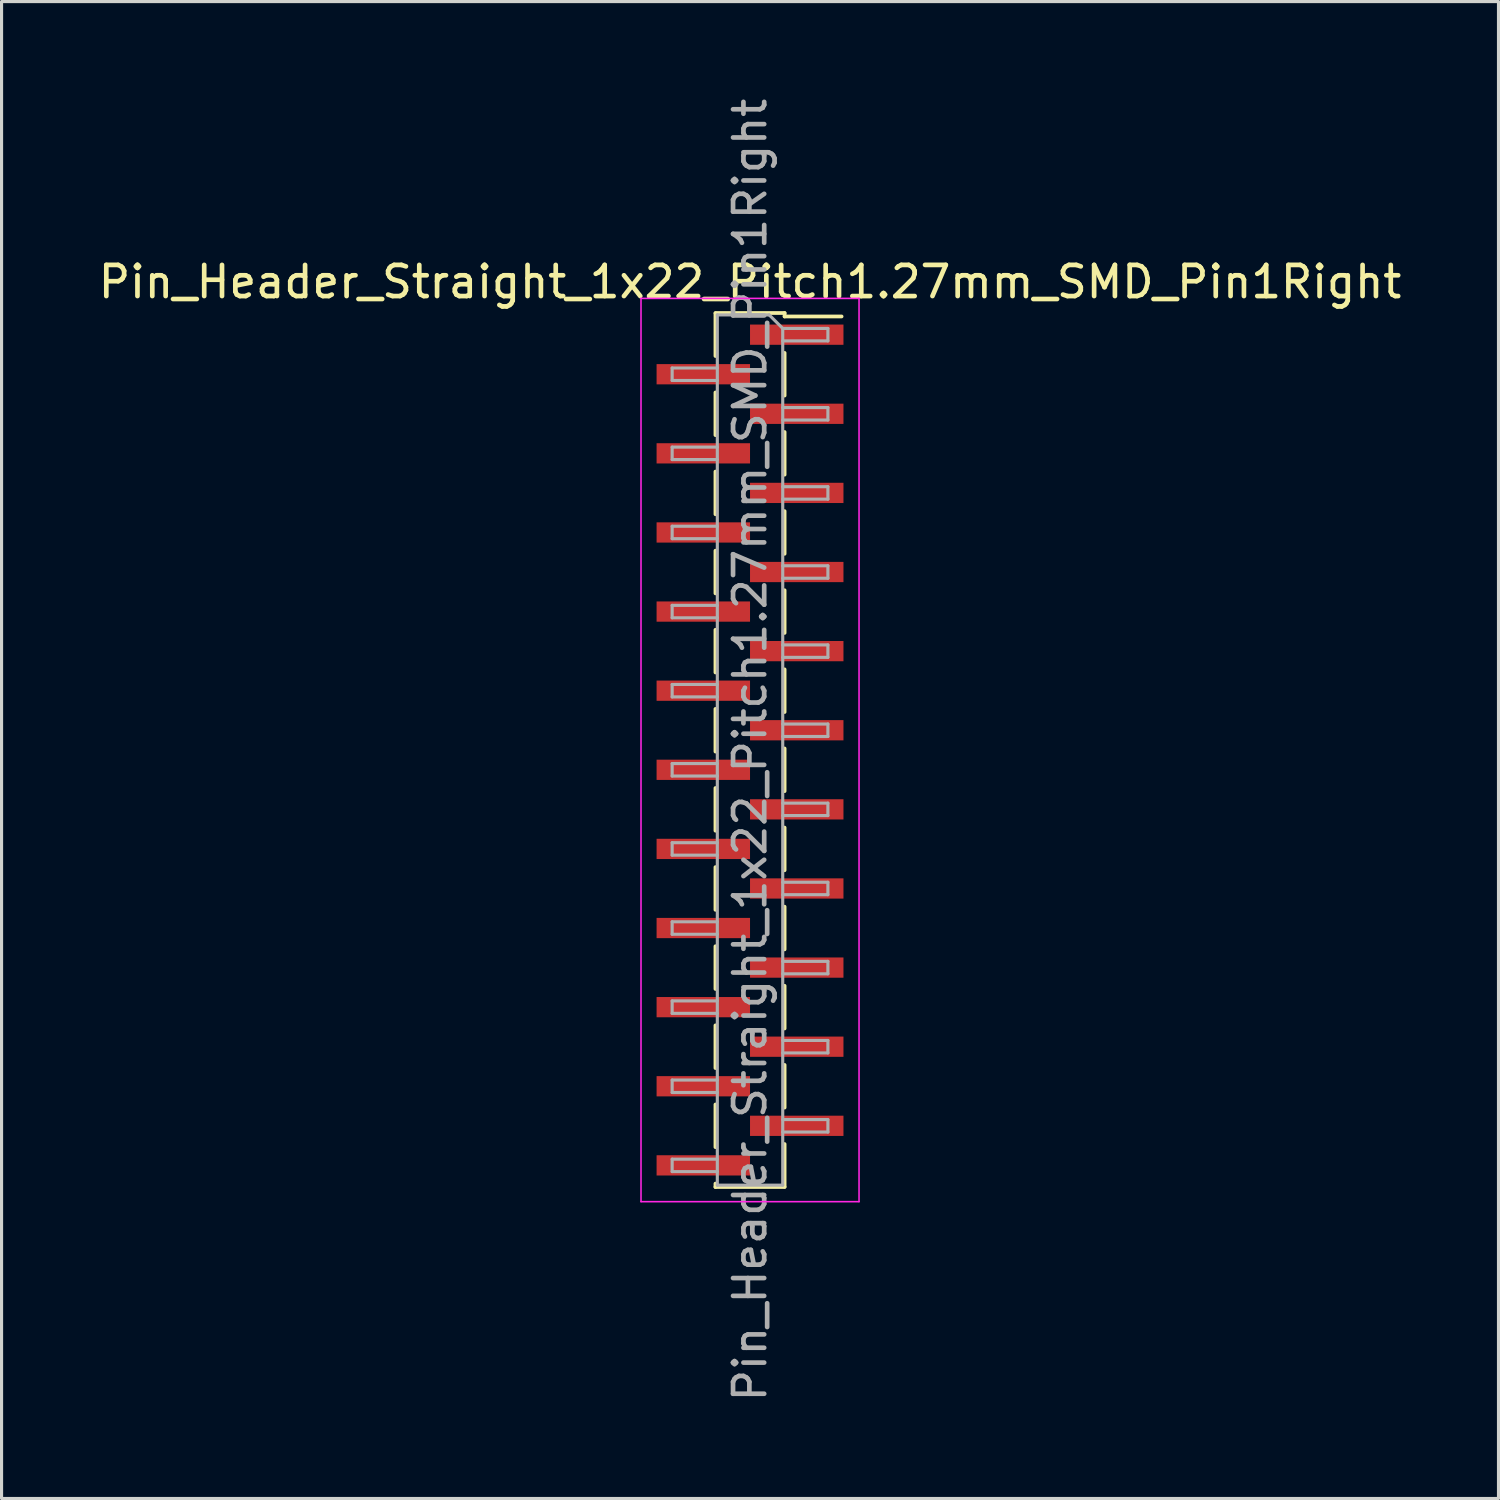
<source format=kicad_pcb>
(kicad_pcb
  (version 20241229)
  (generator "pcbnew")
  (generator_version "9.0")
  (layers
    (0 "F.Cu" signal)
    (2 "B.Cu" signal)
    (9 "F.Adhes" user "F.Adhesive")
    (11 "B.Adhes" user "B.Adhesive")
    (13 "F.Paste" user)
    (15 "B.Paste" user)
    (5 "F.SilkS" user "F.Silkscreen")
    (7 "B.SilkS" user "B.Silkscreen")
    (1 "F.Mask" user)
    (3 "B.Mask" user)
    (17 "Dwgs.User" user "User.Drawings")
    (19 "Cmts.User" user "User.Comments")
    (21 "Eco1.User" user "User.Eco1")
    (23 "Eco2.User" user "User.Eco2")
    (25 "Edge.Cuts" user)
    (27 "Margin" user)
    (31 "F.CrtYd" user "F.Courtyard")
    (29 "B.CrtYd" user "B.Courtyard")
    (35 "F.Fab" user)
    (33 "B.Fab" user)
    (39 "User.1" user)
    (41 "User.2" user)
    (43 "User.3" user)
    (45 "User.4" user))
  (footprint "Pin_Header_Straight_1x22_Pitch1.27mm_SMD_Pin1Right"
    (layer "F.Cu")
    (at 21.03 21.03)
    (property "Reference" "Pin_Header_Straight_1x22_Pitch1.27mm_SMD_Pin1Right" (at 0 -15.03 0) (layer "F.SilkS") (effects (font (size 1 1) (thickness 0.15))))
    (attr smd)
    (fp_line (start -1.11 -14.03) (end 1.11 -14.03) (stroke (width 0.12) (type solid)) (layer "F.SilkS"))
    (fp_line (start -1.11 -14.02) (end -1.11 -12.65) (stroke (width 0.12) (type solid)) (layer "F.SilkS"))
    (fp_line (start -1.11 -11.48) (end -1.11 -10.11) (stroke (width 0.12) (type solid)) (layer "F.SilkS"))
    (fp_line (start -1.11 -8.94) (end -1.11 -7.57) (stroke (width 0.12) (type solid)) (layer "F.SilkS"))
    (fp_line (start -1.11 -6.4) (end -1.11 -5.03) (stroke (width 0.12) (type solid)) (layer "F.SilkS"))
    (fp_line (start -1.11 -3.86) (end -1.11 -2.49) (stroke (width 0.12) (type solid)) (layer "F.SilkS"))
    (fp_line (start -1.11 -1.32) (end -1.11 0.05) (stroke (width 0.12) (type solid)) (layer "F.SilkS"))
    (fp_line (start -1.11 1.22) (end -1.11 2.59) (stroke (width 0.12) (type solid)) (layer "F.SilkS"))
    (fp_line (start -1.11 3.76) (end -1.11 5.13) (stroke (width 0.12) (type solid)) (layer "F.SilkS"))
    (fp_line (start -1.11 6.3) (end -1.11 7.67) (stroke (width 0.12) (type solid)) (layer "F.SilkS"))
    (fp_line (start -1.11 8.84) (end -1.11 10.21) (stroke (width 0.12) (type solid)) (layer "F.SilkS"))
    (fp_line (start -1.11 11.38) (end -1.11 12.75) (stroke (width 0.12) (type solid)) (layer "F.SilkS"))
    (fp_line (start -1.11 13.92) (end -1.11 14.03) (stroke (width 0.12) (type solid)) (layer "F.SilkS"))
    (fp_line (start -1.11 14.03) (end 1.11 14.03) (stroke (width 0.12) (type solid)) (layer "F.SilkS"))
    (fp_line (start 1.11 -14.03) (end 1.11 -13.92) (stroke (width 0.12) (type solid)) (layer "F.SilkS"))
    (fp_line (start 1.11 -13.92) (end 2.94 -13.92) (stroke (width 0.12) (type solid)) (layer "F.SilkS"))
    (fp_line (start 1.11 -12.75) (end 1.11 -11.38) (stroke (width 0.12) (type solid)) (layer "F.SilkS"))
    (fp_line (start 1.11 -10.21) (end 1.11 -8.84) (stroke (width 0.12) (type solid)) (layer "F.SilkS"))
    (fp_line (start 1.11 -7.67) (end 1.11 -6.3) (stroke (width 0.12) (type solid)) (layer "F.SilkS"))
    (fp_line (start 1.11 -5.13) (end 1.11 -3.76) (stroke (width 0.12) (type solid)) (layer "F.SilkS"))
    (fp_line (start 1.11 -2.59) (end 1.11 -1.22) (stroke (width 0.12) (type solid)) (layer "F.SilkS"))
    (fp_line (start 1.11 -0.05) (end 1.11 1.32) (stroke (width 0.12) (type solid)) (layer "F.SilkS"))
    (fp_line (start 1.11 2.49) (end 1.11 3.86) (stroke (width 0.12) (type solid)) (layer "F.SilkS"))
    (fp_line (start 1.11 5.03) (end 1.11 6.4) (stroke (width 0.12) (type solid)) (layer "F.SilkS"))
    (fp_line (start 1.11 7.57) (end 1.11 8.94) (stroke (width 0.12) (type solid)) (layer "F.SilkS"))
    (fp_line (start 1.11 10.11) (end 1.11 11.48) (stroke (width 0.12) (type solid)) (layer "F.SilkS"))
    (fp_line (start 1.11 12.65) (end 1.11 14.02) (stroke (width 0.12) (type solid)) (layer "F.SilkS"))
    (fp_line (start -3.5 -14.5) (end -3.5 14.5) (stroke (width 0.05) (type solid)) (layer "F.CrtYd"))
    (fp_line (start -3.5 14.5) (end 3.5 14.5) (stroke (width 0.05) (type solid)) (layer "F.CrtYd"))
    (fp_line (start 3.5 -14.5) (end -3.5 -14.5) (stroke (width 0.05) (type solid)) (layer "F.CrtYd"))
    (fp_line (start 3.5 14.5) (end 3.5 -14.5) (stroke (width 0.05) (type solid)) (layer "F.CrtYd"))
    (fp_line (start -2.5 -12.265) (end -2.5 -11.865) (stroke (width 0.1) (type solid)) (layer "F.Fab"))
    (fp_line (start -2.5 -11.865) (end -1.05 -11.865) (stroke (width 0.1) (type solid)) (layer "F.Fab"))
    (fp_line (start -2.5 -9.725) (end -2.5 -9.325) (stroke (width 0.1) (type solid)) (layer "F.Fab"))
    (fp_line (start -2.5 -9.325) (end -1.05 -9.325) (stroke (width 0.1) (type solid)) (layer "F.Fab"))
    (fp_line (start -2.5 -7.185) (end -2.5 -6.785) (stroke (width 0.1) (type solid)) (layer "F.Fab"))
    (fp_line (start -2.5 -6.785) (end -1.05 -6.785) (stroke (width 0.1) (type solid)) (layer "F.Fab"))
    (fp_line (start -2.5 -4.645) (end -2.5 -4.245) (stroke (width 0.1) (type solid)) (layer "F.Fab"))
    (fp_line (start -2.5 -4.245) (end -1.05 -4.245) (stroke (width 0.1) (type solid)) (layer "F.Fab"))
    (fp_line (start -2.5 -2.105) (end -2.5 -1.705) (stroke (width 0.1) (type solid)) (layer "F.Fab"))
    (fp_line (start -2.5 -1.705) (end -1.05 -1.705) (stroke (width 0.1) (type solid)) (layer "F.Fab"))
    (fp_line (start -2.5 0.435) (end -2.5 0.835) (stroke (width 0.1) (type solid)) (layer "F.Fab"))
    (fp_line (start -2.5 0.835) (end -1.05 0.835) (stroke (width 0.1) (type solid)) (layer "F.Fab"))
    (fp_line (start -2.5 2.975) (end -2.5 3.375) (stroke (width 0.1) (type solid)) (layer "F.Fab"))
    (fp_line (start -2.5 3.375) (end -1.05 3.375) (stroke (width 0.1) (type solid)) (layer "F.Fab"))
    (fp_line (start -2.5 5.515) (end -2.5 5.915) (stroke (width 0.1) (type solid)) (layer "F.Fab"))
    (fp_line (start -2.5 5.915) (end -1.05 5.915) (stroke (width 0.1) (type solid)) (layer "F.Fab"))
    (fp_line (start -2.5 8.055) (end -2.5 8.455) (stroke (width 0.1) (type solid)) (layer "F.Fab"))
    (fp_line (start -2.5 8.455) (end -1.05 8.455) (stroke (width 0.1) (type solid)) (layer "F.Fab"))
    (fp_line (start -2.5 10.595) (end -2.5 10.995) (stroke (width 0.1) (type solid)) (layer "F.Fab"))
    (fp_line (start -2.5 10.995) (end -1.05 10.995) (stroke (width 0.1) (type solid)) (layer "F.Fab"))
    (fp_line (start -2.5 13.135) (end -2.5 13.535) (stroke (width 0.1) (type solid)) (layer "F.Fab"))
    (fp_line (start -2.5 13.535) (end -1.05 13.535) (stroke (width 0.1) (type solid)) (layer "F.Fab"))
    (fp_line (start -1.05 -13.97) (end -1.05 13.97) (stroke (width 0.1) (type solid)) (layer "F.Fab"))
    (fp_line (start -1.05 -13.97) (end 0.615 -13.97) (stroke (width 0.1) (type solid)) (layer "F.Fab"))
    (fp_line (start -1.05 -12.265) (end -2.5 -12.265) (stroke (width 0.1) (type solid)) (layer "F.Fab"))
    (fp_line (start -1.05 -9.725) (end -2.5 -9.725) (stroke (width 0.1) (type solid)) (layer "F.Fab"))
    (fp_line (start -1.05 -7.185) (end -2.5 -7.185) (stroke (width 0.1) (type solid)) (layer "F.Fab"))
    (fp_line (start -1.05 -4.645) (end -2.5 -4.645) (stroke (width 0.1) (type solid)) (layer "F.Fab"))
    (fp_line (start -1.05 -2.105) (end -2.5 -2.105) (stroke (width 0.1) (type solid)) (layer "F.Fab"))
    (fp_line (start -1.05 0.435) (end -2.5 0.435) (stroke (width 0.1) (type solid)) (layer "F.Fab"))
    (fp_line (start -1.05 2.975) (end -2.5 2.975) (stroke (width 0.1) (type solid)) (layer "F.Fab"))
    (fp_line (start -1.05 5.515) (end -2.5 5.515) (stroke (width 0.1) (type solid)) (layer "F.Fab"))
    (fp_line (start -1.05 8.055) (end -2.5 8.055) (stroke (width 0.1) (type solid)) (layer "F.Fab"))
    (fp_line (start -1.05 10.595) (end -2.5 10.595) (stroke (width 0.1) (type solid)) (layer "F.Fab"))
    (fp_line (start -1.05 13.135) (end -2.5 13.135) (stroke (width 0.1) (type solid)) (layer "F.Fab"))
    (fp_line (start 1.05 -13.535) (end 0.615 -13.97) (stroke (width 0.1) (type solid)) (layer "F.Fab"))
    (fp_line (start 1.05 -13.535) (end 2.5 -13.535) (stroke (width 0.1) (type solid)) (layer "F.Fab"))
    (fp_line (start 1.05 -10.995) (end 2.5 -10.995) (stroke (width 0.1) (type solid)) (layer "F.Fab"))
    (fp_line (start 1.05 -8.455) (end 2.5 -8.455) (stroke (width 0.1) (type solid)) (layer "F.Fab"))
    (fp_line (start 1.05 -5.915) (end 2.5 -5.915) (stroke (width 0.1) (type solid)) (layer "F.Fab"))
    (fp_line (start 1.05 -3.375) (end 2.5 -3.375) (stroke (width 0.1) (type solid)) (layer "F.Fab"))
    (fp_line (start 1.05 -0.835) (end 2.5 -0.835) (stroke (width 0.1) (type solid)) (layer "F.Fab"))
    (fp_line (start 1.05 1.705) (end 2.5 1.705) (stroke (width 0.1) (type solid)) (layer "F.Fab"))
    (fp_line (start 1.05 4.245) (end 2.5 4.245) (stroke (width 0.1) (type solid)) (layer "F.Fab"))
    (fp_line (start 1.05 6.785) (end 2.5 6.785) (stroke (width 0.1) (type solid)) (layer "F.Fab"))
    (fp_line (start 1.05 9.325) (end 2.5 9.325) (stroke (width 0.1) (type solid)) (layer "F.Fab"))
    (fp_line (start 1.05 11.865) (end 2.5 11.865) (stroke (width 0.1) (type solid)) (layer "F.Fab"))
    (fp_line (start 1.05 13.97) (end -1.05 13.97) (stroke (width 0.1) (type solid)) (layer "F.Fab"))
    (fp_line (start 1.05 13.97) (end 1.05 -13.535) (stroke (width 0.1) (type solid)) (layer "F.Fab"))
    (fp_line (start 2.5 -13.535) (end 2.5 -13.135) (stroke (width 0.1) (type solid)) (layer "F.Fab"))
    (fp_line (start 2.5 -13.135) (end 1.05 -13.135) (stroke (width 0.1) (type solid)) (layer "F.Fab"))
    (fp_line (start 2.5 -10.995) (end 2.5 -10.595) (stroke (width 0.1) (type solid)) (layer "F.Fab"))
    (fp_line (start 2.5 -10.595) (end 1.05 -10.595) (stroke (width 0.1) (type solid)) (layer "F.Fab"))
    (fp_line (start 2.5 -8.455) (end 2.5 -8.055) (stroke (width 0.1) (type solid)) (layer "F.Fab"))
    (fp_line (start 2.5 -8.055) (end 1.05 -8.055) (stroke (width 0.1) (type solid)) (layer "F.Fab"))
    (fp_line (start 2.5 -5.915) (end 2.5 -5.515) (stroke (width 0.1) (type solid)) (layer "F.Fab"))
    (fp_line (start 2.5 -5.515) (end 1.05 -5.515) (stroke (width 0.1) (type solid)) (layer "F.Fab"))
    (fp_line (start 2.5 -3.375) (end 2.5 -2.975) (stroke (width 0.1) (type solid)) (layer "F.Fab"))
    (fp_line (start 2.5 -2.975) (end 1.05 -2.975) (stroke (width 0.1) (type solid)) (layer "F.Fab"))
    (fp_line (start 2.5 -0.835) (end 2.5 -0.435) (stroke (width 0.1) (type solid)) (layer "F.Fab"))
    (fp_line (start 2.5 -0.435) (end 1.05 -0.435) (stroke (width 0.1) (type solid)) (layer "F.Fab"))
    (fp_line (start 2.5 1.705) (end 2.5 2.105) (stroke (width 0.1) (type solid)) (layer "F.Fab"))
    (fp_line (start 2.5 2.105) (end 1.05 2.105) (stroke (width 0.1) (type solid)) (layer "F.Fab"))
    (fp_line (start 2.5 4.245) (end 2.5 4.645) (stroke (width 0.1) (type solid)) (layer "F.Fab"))
    (fp_line (start 2.5 4.645) (end 1.05 4.645) (stroke (width 0.1) (type solid)) (layer "F.Fab"))
    (fp_line (start 2.5 6.785) (end 2.5 7.185) (stroke (width 0.1) (type solid)) (layer "F.Fab"))
    (fp_line (start 2.5 7.185) (end 1.05 7.185) (stroke (width 0.1) (type solid)) (layer "F.Fab"))
    (fp_line (start 2.5 9.325) (end 2.5 9.725) (stroke (width 0.1) (type solid)) (layer "F.Fab"))
    (fp_line (start 2.5 9.725) (end 1.05 9.725) (stroke (width 0.1) (type solid)) (layer "F.Fab"))
    (fp_line (start 2.5 11.865) (end 2.5 12.265) (stroke (width 0.1) (type solid)) (layer "F.Fab"))
    (fp_line (start 2.5 12.265) (end 1.05 12.265) (stroke (width 0.1) (type solid)) (layer "F.Fab"))
    (fp_text user "${REFERENCE}" (at 0 0 90) (layer "F.Fab") (effects (font (size 1 1) (thickness 0.15))))
    (pad "1" smd rect (at 1.5 -13.335) (size 3 0.65) (layers "F.Cu" "F.Mask" "F.Paste"))
    (pad "2" smd rect (at -1.5 -12.065) (size 3 0.65) (layers "F.Cu" "F.Mask" "F.Paste"))
    (pad "3" smd rect (at 1.5 -10.795) (size 3 0.65) (layers "F.Cu" "F.Mask" "F.Paste"))
    (pad "4" smd rect (at -1.5 -9.525) (size 3 0.65) (layers "F.Cu" "F.Mask" "F.Paste"))
    (pad "5" smd rect (at 1.5 -8.255) (size 3 0.65) (layers "F.Cu" "F.Mask" "F.Paste"))
    (pad "6" smd rect (at -1.5 -6.985) (size 3 0.65) (layers "F.Cu" "F.Mask" "F.Paste"))
    (pad "7" smd rect (at 1.5 -5.715) (size 3 0.65) (layers "F.Cu" "F.Mask" "F.Paste"))
    (pad "8" smd rect (at -1.5 -4.445) (size 3 0.65) (layers "F.Cu" "F.Mask" "F.Paste"))
    (pad "9" smd rect (at 1.5 -3.175) (size 3 0.65) (layers "F.Cu" "F.Mask" "F.Paste"))
    (pad "10" smd rect (at -1.5 -1.905) (size 3 0.65) (layers "F.Cu" "F.Mask" "F.Paste"))
    (pad "11" smd rect (at 1.5 -0.635) (size 3 0.65) (layers "F.Cu" "F.Mask" "F.Paste"))
    (pad "12" smd rect (at -1.5 0.635) (size 3 0.65) (layers "F.Cu" "F.Mask" "F.Paste"))
    (pad "13" smd rect (at 1.5 1.905) (size 3 0.65) (layers "F.Cu" "F.Mask" "F.Paste"))
    (pad "14" smd rect (at -1.5 3.175) (size 3 0.65) (layers "F.Cu" "F.Mask" "F.Paste"))
    (pad "15" smd rect (at 1.5 4.445) (size 3 0.65) (layers "F.Cu" "F.Mask" "F.Paste"))
    (pad "16" smd rect (at -1.5 5.715) (size 3 0.65) (layers "F.Cu" "F.Mask" "F.Paste"))
    (pad "17" smd rect (at 1.5 6.985) (size 3 0.65) (layers "F.Cu" "F.Mask" "F.Paste"))
    (pad "18" smd rect (at -1.5 8.255) (size 3 0.65) (layers "F.Cu" "F.Mask" "F.Paste"))
    (pad "19" smd rect (at 1.5 9.525) (size 3 0.65) (layers "F.Cu" "F.Mask" "F.Paste"))
    (pad "20" smd rect (at -1.5 10.795) (size 3 0.65) (layers "F.Cu" "F.Mask" "F.Paste"))
    (pad "21" smd rect (at 1.5 12.065) (size 3 0.65) (layers "F.Cu" "F.Mask" "F.Paste"))
    (pad "22" smd rect (at -1.5 13.335) (size 3 0.65) (layers "F.Cu" "F.Mask" "F.Paste")))
  (gr_rect
    (start -3 -3)
    (end 45.06 45.06)
    (stroke (width 0.1) (type default))
    (fill no)
    (layer "Edge.Cuts")))
</source>
